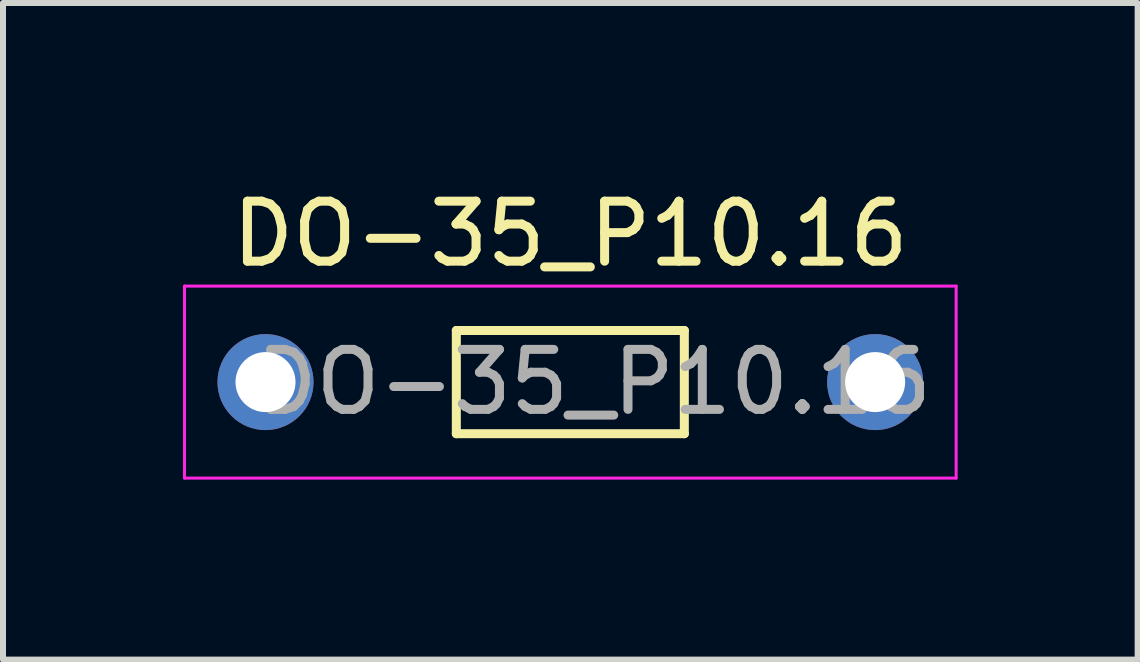
<source format=kicad_pcb>
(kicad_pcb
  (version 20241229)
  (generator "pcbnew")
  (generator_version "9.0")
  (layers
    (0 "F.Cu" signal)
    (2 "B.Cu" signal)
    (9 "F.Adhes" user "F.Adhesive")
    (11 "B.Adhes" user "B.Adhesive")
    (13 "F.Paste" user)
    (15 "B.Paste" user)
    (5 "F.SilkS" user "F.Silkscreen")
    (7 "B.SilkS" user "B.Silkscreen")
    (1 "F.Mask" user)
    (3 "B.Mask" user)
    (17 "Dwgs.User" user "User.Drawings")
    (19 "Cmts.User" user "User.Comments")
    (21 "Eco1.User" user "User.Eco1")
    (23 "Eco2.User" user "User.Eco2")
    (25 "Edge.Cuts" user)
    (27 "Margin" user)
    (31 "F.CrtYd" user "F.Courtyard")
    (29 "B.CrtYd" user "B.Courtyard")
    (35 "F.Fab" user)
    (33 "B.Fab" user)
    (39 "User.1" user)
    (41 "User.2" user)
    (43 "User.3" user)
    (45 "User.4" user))
  (footprint "DO-35_P10.16"
    (layer "F.Cu")
    (at 6.455 3.318)
    (property "Reference" "DO-35_P10.16" (at 0 -2.47 0) (layer "F.SilkS") (effects (font (size 1 1) (thickness 0.15))))
    (attr through_hole)
    (fp_line (start -1.9 -0.86) (end -1.9 0.86) (stroke (width 0.15) (type solid)) (layer "F.SilkS"))
    (fp_line (start -1.9 0.86) (end 1.9 0.86) (stroke (width 0.15) (type solid)) (layer "F.SilkS"))
    (fp_line (start 1.9 -0.86) (end -1.9 -0.86) (stroke (width 0.15) (type solid)) (layer "F.SilkS"))
    (fp_line (start 1.9 0.86) (end 1.9 -0.86) (stroke (width 0.15) (type solid)) (layer "F.SilkS"))
    (fp_line (start -6.43 -1.6) (end -6.43 1.6) (stroke (width 0.05) (type solid)) (layer "F.CrtYd"))
    (fp_line (start -6.43 1.6) (end 6.43 1.6) (stroke (width 0.05) (type solid)) (layer "F.CrtYd"))
    (fp_line (start 6.43 -1.6) (end -6.43 -1.6) (stroke (width 0.05) (type solid)) (layer "F.CrtYd"))
    (fp_line (start 6.43 1.6) (end 6.43 -1.6) (stroke (width 0.05) (type solid)) (layer "F.CrtYd"))
    (fp_text user "${REFERENCE}" (at 0.39 0 0) (layer "F.Fab") (effects (font (size 1 1) (thickness 0.15))))
    (pad "1" thru_hole circle (at -5.08 0) (size 1.6 1.6) (drill 1) (layers "*.Cu" "*.Mask"))
    (pad "2" thru_hole circle (at 5.08 0) (size 1.6 1.6) (drill 1) (layers "*.Cu" "*.Mask")))
  (gr_rect
    (start -3 -3)
    (end 15.91 7.943)
    (stroke (width 0.1) (type default))
    (fill no)
    (layer "Edge.Cuts")))
</source>
